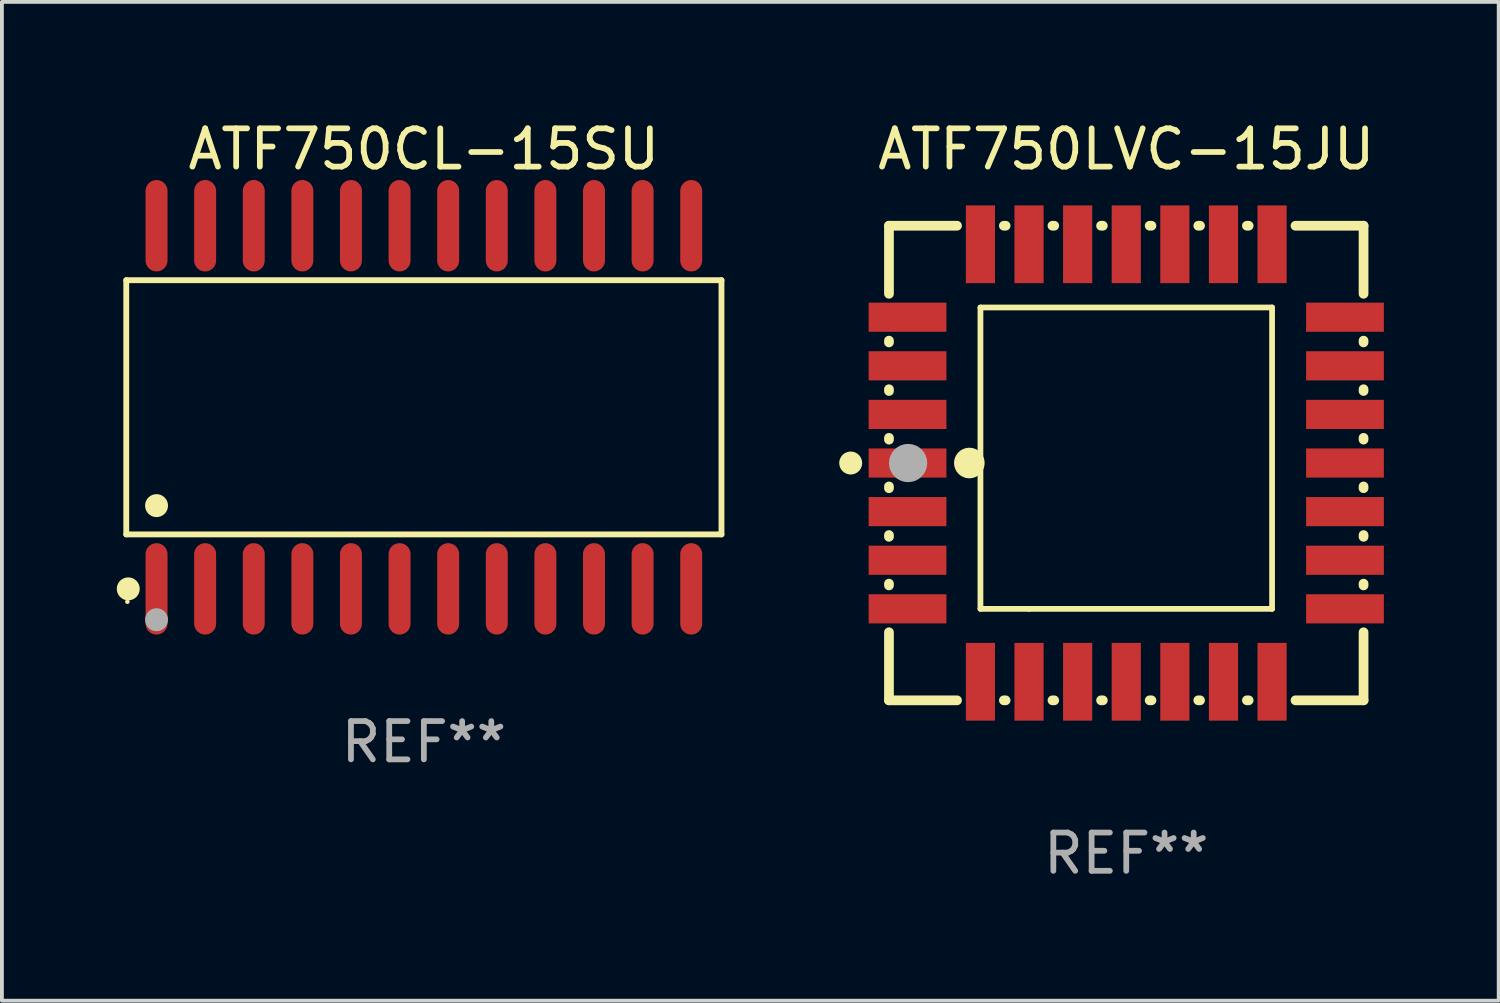
<source format=kicad_pcb>
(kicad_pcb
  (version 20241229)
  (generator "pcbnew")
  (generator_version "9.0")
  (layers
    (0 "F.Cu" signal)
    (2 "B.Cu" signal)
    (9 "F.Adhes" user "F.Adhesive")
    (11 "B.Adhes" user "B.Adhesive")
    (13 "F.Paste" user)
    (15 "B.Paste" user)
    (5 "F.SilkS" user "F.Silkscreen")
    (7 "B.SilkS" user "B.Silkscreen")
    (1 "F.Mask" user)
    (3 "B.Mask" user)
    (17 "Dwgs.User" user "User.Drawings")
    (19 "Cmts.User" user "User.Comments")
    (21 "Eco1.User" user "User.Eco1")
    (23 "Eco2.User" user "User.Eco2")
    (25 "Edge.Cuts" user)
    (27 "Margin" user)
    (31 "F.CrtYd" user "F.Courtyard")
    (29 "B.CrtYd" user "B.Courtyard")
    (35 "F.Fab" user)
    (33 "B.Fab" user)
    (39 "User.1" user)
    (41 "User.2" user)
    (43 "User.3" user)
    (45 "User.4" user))
  (footprint "ATF750LVC-15JU"
    (layer "F.Cu")
    (at 26.377 9.048)
    (property "Reference" "ATF750LVC-15JU" (at 0 -8.2 0) (layer "F.SilkS") (effects (font (size 1 1) (thickness 0.15))))
    (attr through_hole)
    (fp_line (start -6.2 -6.2) (end -4.422 -6.2) (stroke (width 0.254) (type solid)) (layer "F.SilkS"))
    (fp_line (start -6.2 -4.422) (end -6.2 -6.2) (stroke (width 0.254) (type solid)) (layer "F.SilkS"))
    (fp_line (start -6.2 -3.152) (end -6.2 -3.198) (stroke (width 0.254) (type solid)) (layer "F.SilkS"))
    (fp_line (start -6.2 -1.882) (end -6.2 -1.928) (stroke (width 0.254) (type solid)) (layer "F.SilkS"))
    (fp_line (start -6.2 -0.612) (end -6.2 -0.658) (stroke (width 0.254) (type solid)) (layer "F.SilkS"))
    (fp_line (start -6.2 0.658) (end -6.2 0.612) (stroke (width 0.254) (type solid)) (layer "F.SilkS"))
    (fp_line (start -6.2 1.928) (end -6.2 1.882) (stroke (width 0.254) (type solid)) (layer "F.SilkS"))
    (fp_line (start -6.2 3.198) (end -6.2 3.152) (stroke (width 0.254) (type solid)) (layer "F.SilkS"))
    (fp_line (start -6.2 6.2) (end -6.2 4.422) (stroke (width 0.254) (type solid)) (layer "F.SilkS"))
    (fp_line (start -4.422 6.2) (end -6.2 6.2) (stroke (width 0.254) (type solid)) (layer "F.SilkS"))
    (fp_line (start -3.81 -4.064) (end 3.81 -4.064) (stroke (width 0.15) (type solid)) (layer "F.SilkS"))
    (fp_line (start -3.81 3.81) (end -3.81 -4.064) (stroke (width 0.15) (type solid)) (layer "F.SilkS"))
    (fp_line (start -3.198 -6.2) (end -3.152 -6.2) (stroke (width 0.254) (type solid)) (layer "F.SilkS"))
    (fp_line (start -3.152 6.2) (end -3.198 6.2) (stroke (width 0.254) (type solid)) (layer "F.SilkS"))
    (fp_line (start -2.54 3.81) (end -3.81 3.81) (stroke (width 0.15) (type solid)) (layer "F.SilkS"))
    (fp_line (start -1.928 -6.2) (end -1.882 -6.2) (stroke (width 0.254) (type solid)) (layer "F.SilkS"))
    (fp_line (start -1.882 6.2) (end -1.928 6.2) (stroke (width 0.254) (type solid)) (layer "F.SilkS"))
    (fp_line (start -0.658 -6.2) (end -0.612 -6.2) (stroke (width 0.254) (type solid)) (layer "F.SilkS"))
    (fp_line (start -0.612 6.2) (end -0.658 6.2) (stroke (width 0.254) (type solid)) (layer "F.SilkS"))
    (fp_line (start 0.612 -6.2) (end 0.658 -6.2) (stroke (width 0.254) (type solid)) (layer "F.SilkS"))
    (fp_line (start 0.658 6.2) (end 0.612 6.2) (stroke (width 0.254) (type solid)) (layer "F.SilkS"))
    (fp_line (start 1.882 -6.2) (end 1.928 -6.2) (stroke (width 0.254) (type solid)) (layer "F.SilkS"))
    (fp_line (start 1.928 6.2) (end 1.882 6.2) (stroke (width 0.254) (type solid)) (layer "F.SilkS"))
    (fp_line (start 3.152 -6.2) (end 3.198 -6.2) (stroke (width 0.254) (type solid)) (layer "F.SilkS"))
    (fp_line (start 3.198 6.2) (end 3.152 6.2) (stroke (width 0.254) (type solid)) (layer "F.SilkS"))
    (fp_line (start 3.81 -4.064) (end 3.81 3.81) (stroke (width 0.15) (type solid)) (layer "F.SilkS"))
    (fp_line (start 3.81 3.81) (end -2.54 3.81) (stroke (width 0.15) (type solid)) (layer "F.SilkS"))
    (fp_line (start 4.422 -6.2) (end 6.2 -6.2) (stroke (width 0.254) (type solid)) (layer "F.SilkS"))
    (fp_line (start 6.2 -6.2) (end 6.2 -4.422) (stroke (width 0.254) (type solid)) (layer "F.SilkS"))
    (fp_line (start 6.2 -3.198) (end 6.2 -3.152) (stroke (width 0.254) (type solid)) (layer "F.SilkS"))
    (fp_line (start 6.2 -1.928) (end 6.2 -1.882) (stroke (width 0.254) (type solid)) (layer "F.SilkS"))
    (fp_line (start 6.2 -0.658) (end 6.2 -0.612) (stroke (width 0.254) (type solid)) (layer "F.SilkS"))
    (fp_line (start 6.2 0.612) (end 6.2 0.658) (stroke (width 0.254) (type solid)) (layer "F.SilkS"))
    (fp_line (start 6.2 1.882) (end 6.2 1.928) (stroke (width 0.254) (type solid)) (layer "F.SilkS"))
    (fp_line (start 6.2 3.152) (end 6.2 3.198) (stroke (width 0.254) (type solid)) (layer "F.SilkS"))
    (fp_line (start 6.2 4.422) (end 6.2 6.2) (stroke (width 0.254) (type solid)) (layer "F.SilkS"))
    (fp_line (start 6.2 6.2) (end 4.422 6.2) (stroke (width 0.254) (type solid)) (layer "F.SilkS"))
    (fp_circle (center -7.2 0) (end -7.05 0) (stroke (width 0.3) (type solid)) (fill no) (layer "F.SilkS"))
    (fp_circle (center -6.223 6.223) (end -6.193 6.223) (stroke (width 0.06) (type solid)) (fill no) (layer "F.SilkS"))
    (fp_circle (center -4.1 0) (end -3.9 0) (stroke (width 0.4) (type solid)) (fill no) (layer "F.SilkS"))
    (fp_circle (center -5.7 0) (end -5.45 0) (stroke (width 0.5) (type solid)) (fill no) (layer "F.Fab"))
    (fp_text user "REF**" (at 0 10.2 0) (layer "F.Fab") (effects (font (size 1 1) (thickness 0.15))))
    (pad "1" smd rect (at -5.715 0) (size 2.032 0.762) (layers "F.Cu" "F.Mask" "F.Paste"))
    (pad "2" smd rect (at -5.715 1.27) (size 2.032 0.762) (layers "F.Cu" "F.Mask" "F.Paste"))
    (pad "3" smd rect (at -5.715 2.54) (size 2.032 0.762) (layers "F.Cu" "F.Mask" "F.Paste"))
    (pad "4" smd rect (at -5.715 3.81) (size 2.032 0.762) (layers "F.Cu" "F.Mask" "F.Paste"))
    (pad "5" smd rect (at -3.81 5.715) (size 0.762 2.032) (layers "F.Cu" "F.Mask" "F.Paste"))
    (pad "6" smd rect (at -2.54 5.715) (size 0.762 2.032) (layers "F.Cu" "F.Mask" "F.Paste"))
    (pad "7" smd rect (at -1.27 5.715) (size 0.762 2.032) (layers "F.Cu" "F.Mask" "F.Paste"))
    (pad "8" smd rect (at 0 5.715) (size 0.762 2.032) (layers "F.Cu" "F.Mask" "F.Paste"))
    (pad "9" smd rect (at 1.27 5.715) (size 0.762 2.032) (layers "F.Cu" "F.Mask" "F.Paste"))
    (pad "10" smd rect (at 2.54 5.715) (size 0.762 2.032) (layers "F.Cu" "F.Mask" "F.Paste"))
    (pad "11" smd rect (at 3.81 5.715) (size 0.762 2.032) (layers "F.Cu" "F.Mask" "F.Paste"))
    (pad "12" smd rect (at 5.715 3.81) (size 2.032 0.762) (layers "F.Cu" "F.Mask" "F.Paste"))
    (pad "13" smd rect (at 5.715 2.54) (size 2.032 0.762) (layers "F.Cu" "F.Mask" "F.Paste"))
    (pad "14" smd rect (at 5.715 1.27) (size 2.032 0.762) (layers "F.Cu" "F.Mask" "F.Paste"))
    (pad "15" smd rect (at 5.715 0) (size 2.032 0.762) (layers "F.Cu" "F.Mask" "F.Paste"))
    (pad "16" smd rect (at 5.715 -1.27) (size 2.032 0.762) (layers "F.Cu" "F.Mask" "F.Paste"))
    (pad "17" smd rect (at 5.715 -2.54) (size 2.032 0.762) (layers "F.Cu" "F.Mask" "F.Paste"))
    (pad "18" smd rect (at 5.715 -3.81) (size 2.032 0.762) (layers "F.Cu" "F.Mask" "F.Paste"))
    (pad "19" smd rect (at 3.81 -5.715) (size 0.762 2.032) (layers "F.Cu" "F.Mask" "F.Paste"))
    (pad "20" smd rect (at 2.54 -5.715) (size 0.762 2.032) (layers "F.Cu" "F.Mask" "F.Paste"))
    (pad "21" smd rect (at 1.27 -5.715) (size 0.762 2.032) (layers "F.Cu" "F.Mask" "F.Paste"))
    (pad "22" smd rect (at 0 -5.715) (size 0.762 2.032) (layers "F.Cu" "F.Mask" "F.Paste"))
    (pad "23" smd rect (at -1.27 -5.715) (size 0.762 2.032) (layers "F.Cu" "F.Mask" "F.Paste"))
    (pad "24" smd rect (at -2.54 -5.715) (size 0.762 2.032) (layers "F.Cu" "F.Mask" "F.Paste"))
    (pad "25" smd rect (at -3.81 -5.715) (size 0.762 2.032) (layers "F.Cu" "F.Mask" "F.Paste"))
    (pad "26" smd rect (at -5.715 -3.81) (size 2.032 0.762) (layers "F.Cu" "F.Mask" "F.Paste"))
    (pad "27" smd rect (at -5.715 -2.54) (size 2.032 0.762) (layers "F.Cu" "F.Mask" "F.Paste"))
    (pad "28" smd rect (at -5.715 -1.27) (size 2.032 0.762) (layers "F.Cu" "F.Mask" "F.Paste")))
  (footprint "ATF750CL-15SU"
    (layer "F.Cu")
    (at 8.025 7.592)
    (property "Reference" "ATF750CL-15SU" (at 0 -6.744 0) (layer "F.SilkS") (effects (font (size 1 1) (thickness 0.15))))
    (attr through_hole)
    (fp_line (start -7.776 -3.321) (end 7.776 -3.321) (stroke (width 0.152) (type solid)) (layer "F.SilkS"))
    (fp_line (start -7.776 3.321) (end -7.776 -3.321) (stroke (width 0.152) (type solid)) (layer "F.SilkS"))
    (fp_line (start 7.776 -3.321) (end 7.776 3.321) (stroke (width 0.152) (type solid)) (layer "F.SilkS"))
    (fp_line (start 7.776 3.321) (end -7.776 3.321) (stroke (width 0.152) (type solid)) (layer "F.SilkS"))
    (fp_circle (center -7.747 5.08) (end -7.717 5.08) (stroke (width 0.06) (type solid)) (fill no) (layer "F.SilkS"))
    (fp_circle (center -7.724 4.744) (end -7.574 4.744) (stroke (width 0.3) (type solid)) (fill no) (layer "F.SilkS"))
    (fp_circle (center -6.985 2.569) (end -6.835 2.569) (stroke (width 0.3) (type solid)) (fill no) (layer "F.SilkS"))
    (fp_circle (center -6.985 5.55) (end -6.835 5.55) (stroke (width 0.3) (type solid)) (fill no) (layer "F.Fab"))
    (fp_text user "REF**" (at 0 8.744 0) (layer "F.Fab") (effects (font (size 1 1) (thickness 0.15))))
    (pad "1" smd oval (at -6.985 4.744) (size 0.574 2.388) (layers "F.Cu" "F.Mask" "F.Paste"))
    (pad "2" smd oval (at -5.715 4.744) (size 0.574 2.388) (layers "F.Cu" "F.Mask" "F.Paste"))
    (pad "3" smd oval (at -4.445 4.744) (size 0.574 2.388) (layers "F.Cu" "F.Mask" "F.Paste"))
    (pad "4" smd oval (at -3.175 4.744) (size 0.574 2.388) (layers "F.Cu" "F.Mask" "F.Paste"))
    (pad "5" smd oval (at -1.905 4.744) (size 0.574 2.388) (layers "F.Cu" "F.Mask" "F.Paste"))
    (pad "6" smd oval (at -0.635 4.744) (size 0.574 2.388) (layers "F.Cu" "F.Mask" "F.Paste"))
    (pad "7" smd oval (at 0.635 4.744) (size 0.574 2.388) (layers "F.Cu" "F.Mask" "F.Paste"))
    (pad "8" smd oval (at 1.905 4.744) (size 0.574 2.388) (layers "F.Cu" "F.Mask" "F.Paste"))
    (pad "9" smd oval (at 3.175 4.744) (size 0.574 2.388) (layers "F.Cu" "F.Mask" "F.Paste"))
    (pad "10" smd oval (at 4.445 4.744) (size 0.574 2.388) (layers "F.Cu" "F.Mask" "F.Paste"))
    (pad "11" smd oval (at 5.715 4.744) (size 0.574 2.388) (layers "F.Cu" "F.Mask" "F.Paste"))
    (pad "12" smd oval (at 6.985 4.744) (size 0.574 2.388) (layers "F.Cu" "F.Mask" "F.Paste"))
    (pad "13" smd oval (at 6.985 -4.744) (size 0.574 2.388) (layers "F.Cu" "F.Mask" "F.Paste"))
    (pad "14" smd oval (at 5.715 -4.744) (size 0.574 2.388) (layers "F.Cu" "F.Mask" "F.Paste"))
    (pad "15" smd oval (at 4.445 -4.744) (size 0.574 2.388) (layers "F.Cu" "F.Mask" "F.Paste"))
    (pad "16" smd oval (at 3.175 -4.744) (size 0.574 2.388) (layers "F.Cu" "F.Mask" "F.Paste"))
    (pad "17" smd oval (at 1.905 -4.744) (size 0.574 2.388) (layers "F.Cu" "F.Mask" "F.Paste"))
    (pad "18" smd oval (at 0.635 -4.744) (size 0.574 2.388) (layers "F.Cu" "F.Mask" "F.Paste"))
    (pad "19" smd oval (at -0.635 -4.744) (size 0.574 2.388) (layers "F.Cu" "F.Mask" "F.Paste"))
    (pad "20" smd oval (at -1.905 -4.744) (size 0.574 2.388) (layers "F.Cu" "F.Mask" "F.Paste"))
    (pad "21" smd oval (at -3.175 -4.744) (size 0.574 2.388) (layers "F.Cu" "F.Mask" "F.Paste"))
    (pad "22" smd oval (at -4.445 -4.744) (size 0.574 2.388) (layers "F.Cu" "F.Mask" "F.Paste"))
    (pad "23" smd oval (at -5.715 -4.744) (size 0.574 2.388) (layers "F.Cu" "F.Mask" "F.Paste"))
    (pad "24" smd oval (at -6.985 -4.744) (size 0.574 2.388) (layers "F.Cu" "F.Mask" "F.Paste")))
  (gr_rect
    (start -3 -3)
    (end 36.108 23.096)
    (stroke (width 0.1) (type default))
    (fill no)
    (layer "Edge.Cuts")))
</source>
